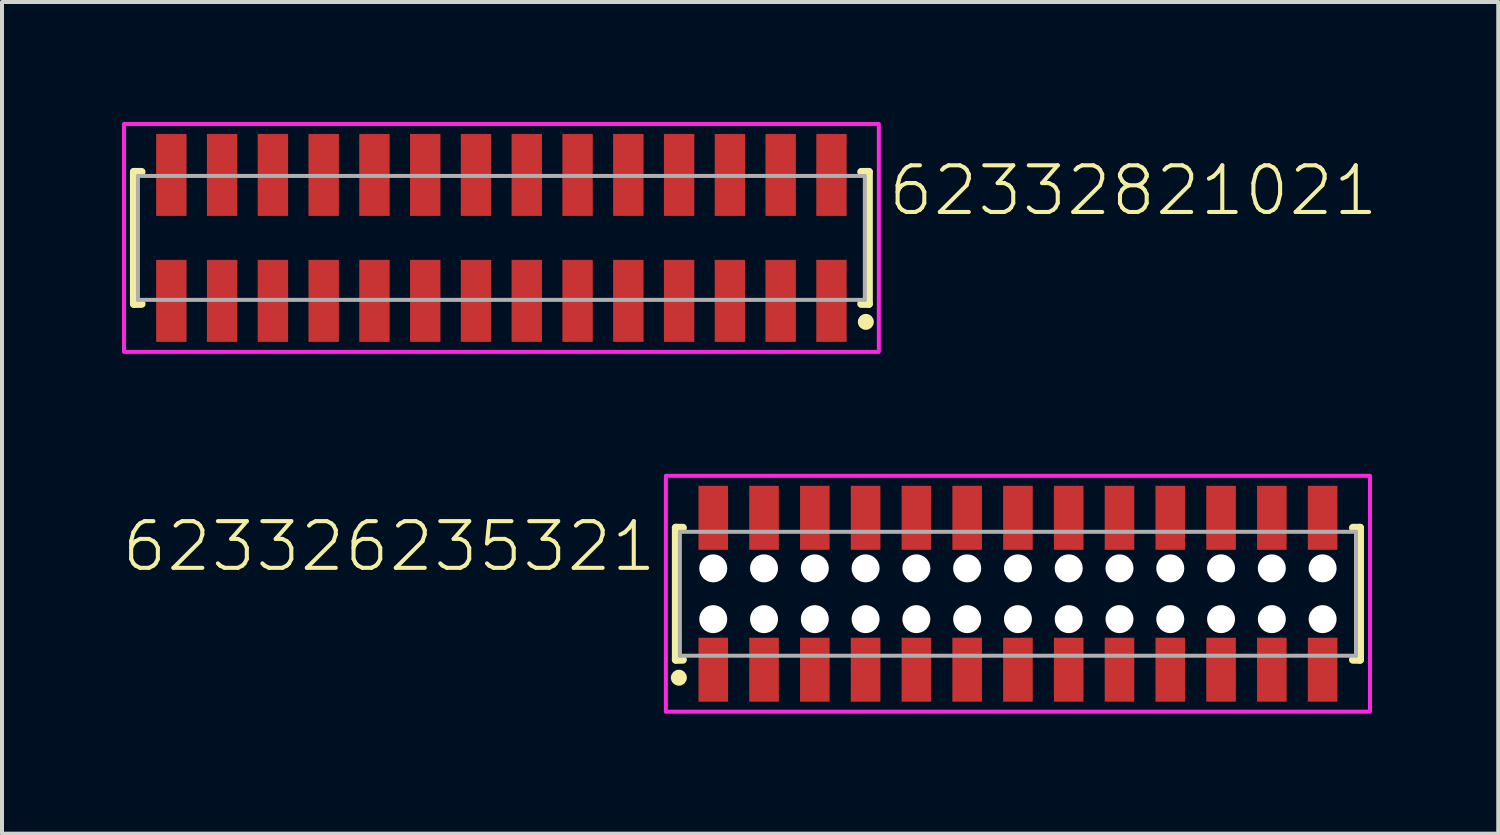
<source format=kicad_pcb>
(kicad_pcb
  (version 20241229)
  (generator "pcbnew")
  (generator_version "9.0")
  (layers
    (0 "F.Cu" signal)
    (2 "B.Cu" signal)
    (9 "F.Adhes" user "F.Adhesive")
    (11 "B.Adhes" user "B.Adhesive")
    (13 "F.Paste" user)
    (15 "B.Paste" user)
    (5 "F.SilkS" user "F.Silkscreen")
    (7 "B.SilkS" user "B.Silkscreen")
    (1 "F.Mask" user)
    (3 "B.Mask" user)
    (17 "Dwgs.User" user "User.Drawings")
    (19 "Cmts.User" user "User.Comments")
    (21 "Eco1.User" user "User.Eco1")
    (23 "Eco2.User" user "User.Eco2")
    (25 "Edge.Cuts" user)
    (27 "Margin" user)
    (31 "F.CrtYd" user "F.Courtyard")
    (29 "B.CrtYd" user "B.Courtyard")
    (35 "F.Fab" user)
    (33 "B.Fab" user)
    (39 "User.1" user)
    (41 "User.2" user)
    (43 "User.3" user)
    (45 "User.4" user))
  (footprint "623326235321"
    (layer "F.Cu")
    (at 22.409 11.8)
    (property "Reference" "623326235321" (at -8.985 -0.5 0) (unlocked yes) (layer "F.SilkS") (effects (font (size 1.168 1.168) (thickness 0.102)) (justify right bottom)))
    (fp_line (start -8.555 -1.65) (end -8.555 1.65) (stroke (width 0.2) (type solid)) (layer "F.SilkS"))
    (fp_line (start -8.555 1.65) (end -8.38 1.65) (stroke (width 0.2) (type solid)) (layer "F.SilkS"))
    (fp_line (start -8.38 -1.65) (end -8.555 -1.65) (stroke (width 0.2) (type solid)) (layer "F.SilkS"))
    (fp_line (start 8.38 -1.65) (end 8.555 -1.65) (stroke (width 0.2) (type solid)) (layer "F.SilkS"))
    (fp_line (start 8.555 -1.65) (end 8.555 1.65) (stroke (width 0.2) (type solid)) (layer "F.SilkS"))
    (fp_line (start 8.555 1.65) (end 8.38 1.65) (stroke (width 0.2) (type solid)) (layer "F.SilkS"))
    (fp_circle (center -8.48 2.1) (end -8.38 2.1) (stroke (width 0.2) (type solid)) (fill no) (layer "F.SilkS"))
    (fp_poly (pts (xy 8.805 2.95) (xy -8.805 2.95) (xy -8.805 -2.95) (xy 8.805 -2.95)) (stroke (width 0.1) (type default)) (fill no) (layer "F.CrtYd"))
    (fp_line (start -8.455 -1.55) (end -8.455 1.55) (stroke (width 0.1) (type solid)) (layer "F.Fab"))
    (fp_line (start -8.455 1.55) (end 8.455 1.55) (stroke (width 0.1) (type solid)) (layer "F.Fab"))
    (fp_line (start 8.455 -1.55) (end -8.455 -1.55) (stroke (width 0.1) (type solid)) (layer "F.Fab"))
    (fp_line (start 8.455 1.55) (end 8.455 -1.55) (stroke (width 0.1) (type solid)) (layer "F.Fab"))
    (pad "" np_thru_hole circle (at -7.62 -0.635) (size 0.7 0.7) (drill 0.7) (layers "*.Cu" "*.Mask"))
    (pad "" np_thru_hole circle (at -7.62 0.635) (size 0.7 0.7) (drill 0.7) (layers "*.Cu" "*.Mask"))
    (pad "" np_thru_hole circle (at -6.35 -0.635) (size 0.7 0.7) (drill 0.7) (layers "*.Cu" "*.Mask"))
    (pad "" np_thru_hole circle (at -6.35 0.635) (size 0.7 0.7) (drill 0.7) (layers "*.Cu" "*.Mask"))
    (pad "" np_thru_hole circle (at -5.08 -0.635) (size 0.7 0.7) (drill 0.7) (layers "*.Cu" "*.Mask"))
    (pad "" np_thru_hole circle (at -5.08 0.635) (size 0.7 0.7) (drill 0.7) (layers "*.Cu" "*.Mask"))
    (pad "" np_thru_hole circle (at -3.81 -0.635) (size 0.7 0.7) (drill 0.7) (layers "*.Cu" "*.Mask"))
    (pad "" np_thru_hole circle (at -3.81 0.635) (size 0.7 0.7) (drill 0.7) (layers "*.Cu" "*.Mask"))
    (pad "" np_thru_hole circle (at -2.54 -0.635) (size 0.7 0.7) (drill 0.7) (layers "*.Cu" "*.Mask"))
    (pad "" np_thru_hole circle (at -2.54 0.635) (size 0.7 0.7) (drill 0.7) (layers "*.Cu" "*.Mask"))
    (pad "" np_thru_hole circle (at -1.27 -0.635) (size 0.7 0.7) (drill 0.7) (layers "*.Cu" "*.Mask"))
    (pad "" np_thru_hole circle (at -1.27 0.635) (size 0.7 0.7) (drill 0.7) (layers "*.Cu" "*.Mask"))
    (pad "" np_thru_hole circle (at 0 -0.635) (size 0.7 0.7) (drill 0.7) (layers "*.Cu" "*.Mask"))
    (pad "" np_thru_hole circle (at 0 0.635) (size 0.7 0.7) (drill 0.7) (layers "*.Cu" "*.Mask"))
    (pad "" np_thru_hole circle (at 1.27 -0.635) (size 0.7 0.7) (drill 0.7) (layers "*.Cu" "*.Mask"))
    (pad "" np_thru_hole circle (at 1.27 0.635) (size 0.7 0.7) (drill 0.7) (layers "*.Cu" "*.Mask"))
    (pad "" np_thru_hole circle (at 2.54 -0.635) (size 0.7 0.7) (drill 0.7) (layers "*.Cu" "*.Mask"))
    (pad "" np_thru_hole circle (at 2.54 0.635) (size 0.7 0.7) (drill 0.7) (layers "*.Cu" "*.Mask"))
    (pad "" np_thru_hole circle (at 3.81 -0.635) (size 0.7 0.7) (drill 0.7) (layers "*.Cu" "*.Mask"))
    (pad "" np_thru_hole circle (at 3.81 0.635) (size 0.7 0.7) (drill 0.7) (layers "*.Cu" "*.Mask"))
    (pad "" np_thru_hole circle (at 5.08 -0.635) (size 0.7 0.7) (drill 0.7) (layers "*.Cu" "*.Mask"))
    (pad "" np_thru_hole circle (at 5.08 0.635) (size 0.7 0.7) (drill 0.7) (layers "*.Cu" "*.Mask"))
    (pad "" np_thru_hole circle (at 6.35 -0.635) (size 0.7 0.7) (drill 0.7) (layers "*.Cu" "*.Mask"))
    (pad "" np_thru_hole circle (at 6.35 0.635) (size 0.7 0.7) (drill 0.7) (layers "*.Cu" "*.Mask"))
    (pad "" np_thru_hole circle (at 7.62 -0.635) (size 0.7 0.7) (drill 0.7) (layers "*.Cu" "*.Mask"))
    (pad "" np_thru_hole circle (at 7.62 0.635) (size 0.7 0.7) (drill 0.7) (layers "*.Cu" "*.Mask"))
    (pad "1" smd rect (at -7.62 1.9) (size 0.74 1.6) (layers "F.Cu" "F.Mask" "F.Paste"))
    (pad "2" smd rect (at -7.62 -1.9 180) (size 0.74 1.6) (layers "F.Cu" "F.Mask" "F.Paste"))
    (pad "3" smd rect (at -6.35 1.9) (size 0.74 1.6) (layers "F.Cu" "F.Mask" "F.Paste"))
    (pad "4" smd rect (at -6.35 -1.9) (size 0.74 1.6) (layers "F.Cu" "F.Mask" "F.Paste"))
    (pad "5" smd rect (at -5.08 1.9) (size 0.74 1.6) (layers "F.Cu" "F.Mask" "F.Paste"))
    (pad "6" smd rect (at -5.08 -1.9) (size 0.74 1.6) (layers "F.Cu" "F.Mask" "F.Paste"))
    (pad "7" smd rect (at -3.81 1.9) (size 0.74 1.6) (layers "F.Cu" "F.Mask" "F.Paste"))
    (pad "8" smd rect (at -3.81 -1.9) (size 0.74 1.6) (layers "F.Cu" "F.Mask" "F.Paste"))
    (pad "9" smd rect (at -2.54 1.9) (size 0.74 1.6) (layers "F.Cu" "F.Mask" "F.Paste"))
    (pad "10" smd rect (at -2.54 -1.9) (size 0.74 1.6) (layers "F.Cu" "F.Mask" "F.Paste"))
    (pad "11" smd rect (at -1.27 1.9) (size 0.74 1.6) (layers "F.Cu" "F.Mask" "F.Paste"))
    (pad "12" smd rect (at -1.27 -1.9) (size 0.74 1.6) (layers "F.Cu" "F.Mask" "F.Paste"))
    (pad "13" smd rect (at 0 1.9) (size 0.74 1.6) (layers "F.Cu" "F.Mask" "F.Paste"))
    (pad "14" smd rect (at 0 -1.9) (size 0.74 1.6) (layers "F.Cu" "F.Mask" "F.Paste"))
    (pad "15" smd rect (at 1.27 1.9) (size 0.74 1.6) (layers "F.Cu" "F.Mask" "F.Paste"))
    (pad "16" smd rect (at 1.27 -1.9) (size 0.74 1.6) (layers "F.Cu" "F.Mask" "F.Paste"))
    (pad "17" smd rect (at 2.54 1.9) (size 0.74 1.6) (layers "F.Cu" "F.Mask" "F.Paste"))
    (pad "18" smd rect (at 2.54 -1.9) (size 0.74 1.6) (layers "F.Cu" "F.Mask" "F.Paste"))
    (pad "19" smd rect (at 3.81 1.9) (size 0.74 1.6) (layers "F.Cu" "F.Mask" "F.Paste"))
    (pad "20" smd rect (at 3.81 -1.9) (size 0.74 1.6) (layers "F.Cu" "F.Mask" "F.Paste"))
    (pad "21" smd rect (at 5.08 1.9) (size 0.74 1.6) (layers "F.Cu" "F.Mask" "F.Paste"))
    (pad "22" smd rect (at 5.08 -1.9) (size 0.74 1.6) (layers "F.Cu" "F.Mask" "F.Paste"))
    (pad "23" smd rect (at 6.35 1.9) (size 0.74 1.6) (layers "F.Cu" "F.Mask" "F.Paste"))
    (pad "24" smd rect (at 6.35 -1.9) (size 0.74 1.6) (layers "F.Cu" "F.Mask" "F.Paste"))
    (pad "25" smd rect (at 7.62 1.9) (size 0.74 1.6) (layers "F.Cu" "F.Mask" "F.Paste"))
    (pad "26" smd rect (at 7.62 -1.9) (size 0.74 1.6) (layers "F.Cu" "F.Mask" "F.Paste")))
  (footprint "62332821021"
    (layer "F.Cu")
    (at 9.49 2.9)
    (property "Reference" "62332821021" (at 9.62 -0.5 0) (unlocked yes) (layer "F.SilkS") (effects (font (size 1.168 1.168) (thickness 0.102)) (justify left bottom)))
    (fp_line (start -9.19 -1.65) (end -9.19 1.65) (stroke (width 0.2) (type solid)) (layer "F.SilkS"))
    (fp_line (start -9.19 1.65) (end -9 1.65) (stroke (width 0.2) (type solid)) (layer "F.SilkS"))
    (fp_line (start -9 -1.65) (end -9.19 -1.65) (stroke (width 0.2) (type solid)) (layer "F.SilkS"))
    (fp_line (start 9 -1.65) (end 9.19 -1.65) (stroke (width 0.2) (type solid)) (layer "F.SilkS"))
    (fp_line (start 9.19 -1.65) (end 9.19 1.65) (stroke (width 0.2) (type solid)) (layer "F.SilkS"))
    (fp_line (start 9.19 1.65) (end 9 1.65) (stroke (width 0.2) (type solid)) (layer "F.SilkS"))
    (fp_circle (center 9.115 2.1) (end 9.215 2.1) (stroke (width 0.2) (type solid)) (fill no) (layer "F.SilkS"))
    (fp_poly (pts (xy 9.44 2.85) (xy -9.44 2.85) (xy -9.44 -2.85) (xy 9.44 -2.85)) (stroke (width 0.1) (type default)) (fill no) (layer "F.CrtYd"))
    (fp_line (start -9.09 -1.55) (end -9.09 1.55) (stroke (width 0.1) (type solid)) (layer "F.Fab"))
    (fp_line (start -9.09 1.55) (end 9.09 1.55) (stroke (width 0.1) (type solid)) (layer "F.Fab"))
    (fp_line (start 9.09 -1.55) (end -9.09 -1.55) (stroke (width 0.1) (type solid)) (layer "F.Fab"))
    (fp_line (start 9.09 1.55) (end 9.09 -1.55) (stroke (width 0.1) (type solid)) (layer "F.Fab"))
    (pad "1" smd rect (at 8.255 1.575 180) (size 0.76 2.05) (layers "F.Cu" "F.Mask" "F.Paste"))
    (pad "2" smd rect (at 8.255 -1.575 180) (size 0.76 2.05) (layers "F.Cu" "F.Mask" "F.Paste"))
    (pad "3" smd rect (at 6.985 1.575 180) (size 0.76 2.05) (layers "F.Cu" "F.Mask" "F.Paste"))
    (pad "4" smd rect (at 6.985 -1.575 180) (size 0.76 2.05) (layers "F.Cu" "F.Mask" "F.Paste"))
    (pad "5" smd rect (at 5.715 1.575 180) (size 0.76 2.05) (layers "F.Cu" "F.Mask" "F.Paste"))
    (pad "6" smd rect (at 5.715 -1.575 180) (size 0.76 2.05) (layers "F.Cu" "F.Mask" "F.Paste"))
    (pad "7" smd rect (at 4.445 1.575 180) (size 0.76 2.05) (layers "F.Cu" "F.Mask" "F.Paste"))
    (pad "8" smd rect (at 4.445 -1.575 180) (size 0.76 2.05) (layers "F.Cu" "F.Mask" "F.Paste"))
    (pad "9" smd rect (at 3.175 1.575 180) (size 0.76 2.05) (layers "F.Cu" "F.Mask" "F.Paste"))
    (pad "10" smd rect (at 3.175 -1.575 180) (size 0.76 2.05) (layers "F.Cu" "F.Mask" "F.Paste"))
    (pad "11" smd rect (at 1.905 1.575 180) (size 0.76 2.05) (layers "F.Cu" "F.Mask" "F.Paste"))
    (pad "12" smd rect (at 1.905 -1.575 180) (size 0.76 2.05) (layers "F.Cu" "F.Mask" "F.Paste"))
    (pad "13" smd rect (at 0.635 1.575 180) (size 0.76 2.05) (layers "F.Cu" "F.Mask" "F.Paste"))
    (pad "14" smd rect (at 0.635 -1.575 180) (size 0.76 2.05) (layers "F.Cu" "F.Mask" "F.Paste"))
    (pad "15" smd rect (at -0.635 1.575 180) (size 0.76 2.05) (layers "F.Cu" "F.Mask" "F.Paste"))
    (pad "16" smd rect (at -0.635 -1.575 180) (size 0.76 2.05) (layers "F.Cu" "F.Mask" "F.Paste"))
    (pad "17" smd rect (at -1.905 1.575 180) (size 0.76 2.05) (layers "F.Cu" "F.Mask" "F.Paste"))
    (pad "18" smd rect (at -1.905 -1.575 180) (size 0.76 2.05) (layers "F.Cu" "F.Mask" "F.Paste"))
    (pad "19" smd rect (at -3.175 1.575 180) (size 0.76 2.05) (layers "F.Cu" "F.Mask" "F.Paste"))
    (pad "20" smd rect (at -3.175 -1.575 180) (size 0.76 2.05) (layers "F.Cu" "F.Mask" "F.Paste"))
    (pad "21" smd rect (at -4.445 1.575 180) (size 0.76 2.05) (layers "F.Cu" "F.Mask" "F.Paste"))
    (pad "22" smd rect (at -4.445 -1.575 180) (size 0.76 2.05) (layers "F.Cu" "F.Mask" "F.Paste"))
    (pad "23" smd rect (at -5.715 1.575 180) (size 0.76 2.05) (layers "F.Cu" "F.Mask" "F.Paste"))
    (pad "24" smd rect (at -5.715 -1.575 180) (size 0.76 2.05) (layers "F.Cu" "F.Mask" "F.Paste"))
    (pad "25" smd rect (at -6.985 1.575 180) (size 0.76 2.05) (layers "F.Cu" "F.Mask" "F.Paste"))
    (pad "26" smd rect (at -6.985 -1.575 180) (size 0.76 2.05) (layers "F.Cu" "F.Mask" "F.Paste"))
    (pad "27" smd rect (at -8.255 1.575 180) (size 0.76 2.05) (layers "F.Cu" "F.Mask" "F.Paste"))
    (pad "28" smd rect (at -8.255 -1.575 180) (size 0.76 2.05) (layers "F.Cu" "F.Mask" "F.Paste")))
  (gr_rect
    (start -3 -3)
    (end 34.422 17.8)
    (stroke (width 0.1) (type default))
    (fill no)
    (layer "Edge.Cuts")))
</source>
